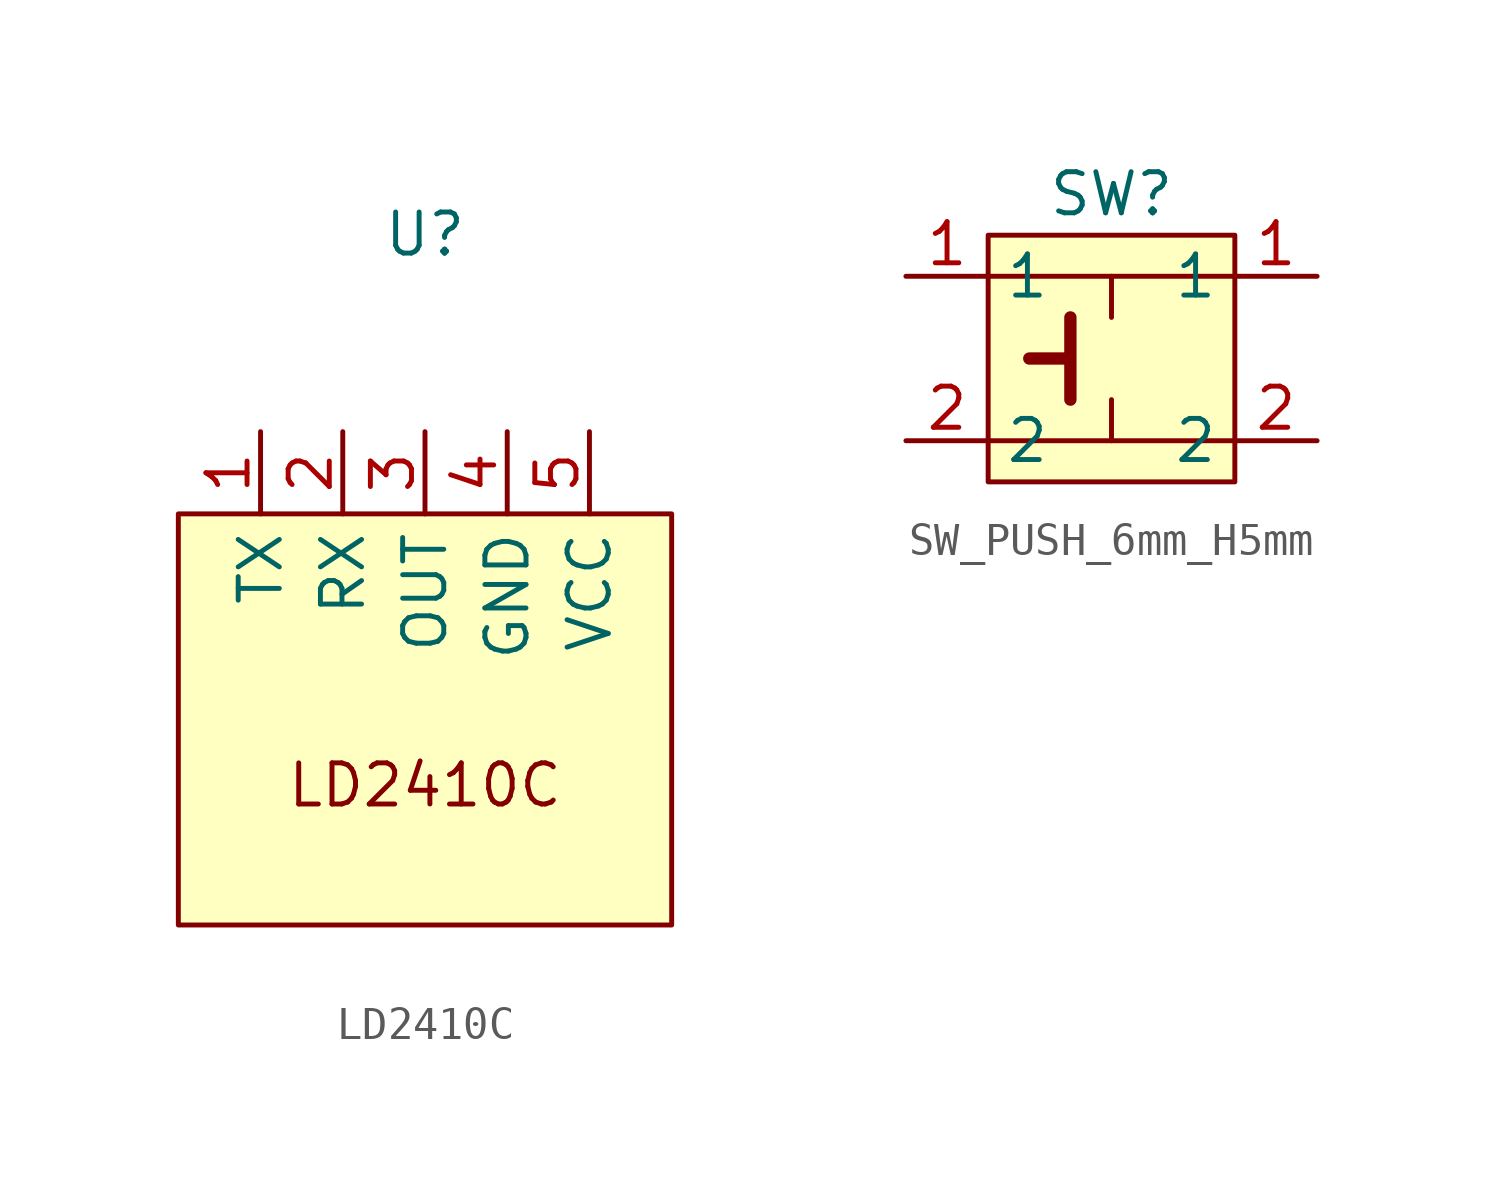
<source format=kicad_sym>
(kicad_symbol_lib
  (version 20231120)
  (generator "kicad_symbol_editor")
  (generator_version "8.0")
  (symbol "LD2410C"
    (property "Reference" "U"
      (at 0 6.096 0)
      (effects (font (size 1.27 1.27))))
    (property "Value" ""
      (at -1.27 0 0)
      (effects (font (size 1.27 1.27))))
    (symbol "LD2410C_0_1"
      (rectangle (start -7.62 -2.54) (end 7.62 -15.24) (stroke (width 0) (type solid)) (fill (type background))))
    (symbol "LD2410C_1_1"
      (text "LD2410C" (at 0 -10.922 0) (effects (font (size 1.27 1.27))))
      (pin output line (at -5.08 0 270) (length 2.54) (name "TX" (effects (font (size 1.27 1.27)))) (number "1" (effects (font (size 1.27 1.27)))))
      (pin input line (at -2.54 0 270) (length 2.54) (name "RX" (effects (font (size 1.27 1.27)))) (number "2" (effects (font (size 1.27 1.27)))))
      (pin output line (at 0 0 270) (length 2.54) (name "OUT" (effects (font (size 1.27 1.27)))) (number "3" (effects (font (size 1.27 1.27)))))
      (pin power_in line (at 2.54 0 270) (length 2.54) (name "GND" (effects (font (size 1.27 1.27)))) (number "4" (effects (font (size 1.27 1.27)))))
      (pin power_in line (at 5.08 0 270) (length 2.54) (name "VCC" (effects (font (size 1.27 1.27)))) (number "5" (effects (font (size 1.27 1.27)))))))
  (symbol "SW_PUSH_6mm_H5mm"
    (property "Reference" "SW"
      (at 0 3.81 0)
      (effects (font (size 1.27 1.27))))
    (property "Value" ""
      (at 0 0 0)
      (effects (font (size 1.27 1.27))))
    (symbol "SW_PUSH_6mm_H5mm_0_1"
      (polyline (pts (xy -3.81 -3.81) (xy 3.81 -3.81)) (stroke (width 0) (type default)) (fill (type none)))
      (polyline (pts (xy -3.81 1.27) (xy 3.81 1.27)) (stroke (width 0) (type default)) (fill (type none)))
      (polyline (pts (xy 0 -3.81) (xy 0 -2.54)) (stroke (width 0) (type default)) (fill (type none)))
      (polyline (pts (xy 0 1.27) (xy 0 0)) (stroke (width 0) (type default)) (fill (type none))))
    (symbol "SW_PUSH_6mm_H5mm_1_1"
      (rectangle (start -3.81 2.54) (end 3.81 -5.08) (stroke (width 0) (type default)) (fill (type background)))
      (polyline (pts (xy -2.54 -1.27) (xy -1.27 -1.27) (xy -1.27 0) (xy -1.27 -2.54)) (stroke (width 0.381) (type default)) (fill (type none)))
      (pin passive line (at -6.35 1.27 0) (length 2.54) (name "1" (effects (font (size 1.27 1.27)))) (number "1" (effects (font (size 1.27 1.27)))))
      (pin passive line (at 6.35 1.27 180) (length 2.54) (name "1" (effects (font (size 1.27 1.27)))) (number "1" (effects (font (size 1.27 1.27)))))
      (pin passive line (at -6.35 -3.81 0) (length 2.54) (name "2" (effects (font (size 1.27 1.27)))) (number "2" (effects (font (size 1.27 1.27)))))
      (pin passive line (at 6.35 -3.81 180) (length 2.54) (name "2" (effects (font (size 1.27 1.27)))) (number "2" (effects (font (size 1.27 1.27))))))))
</source>
